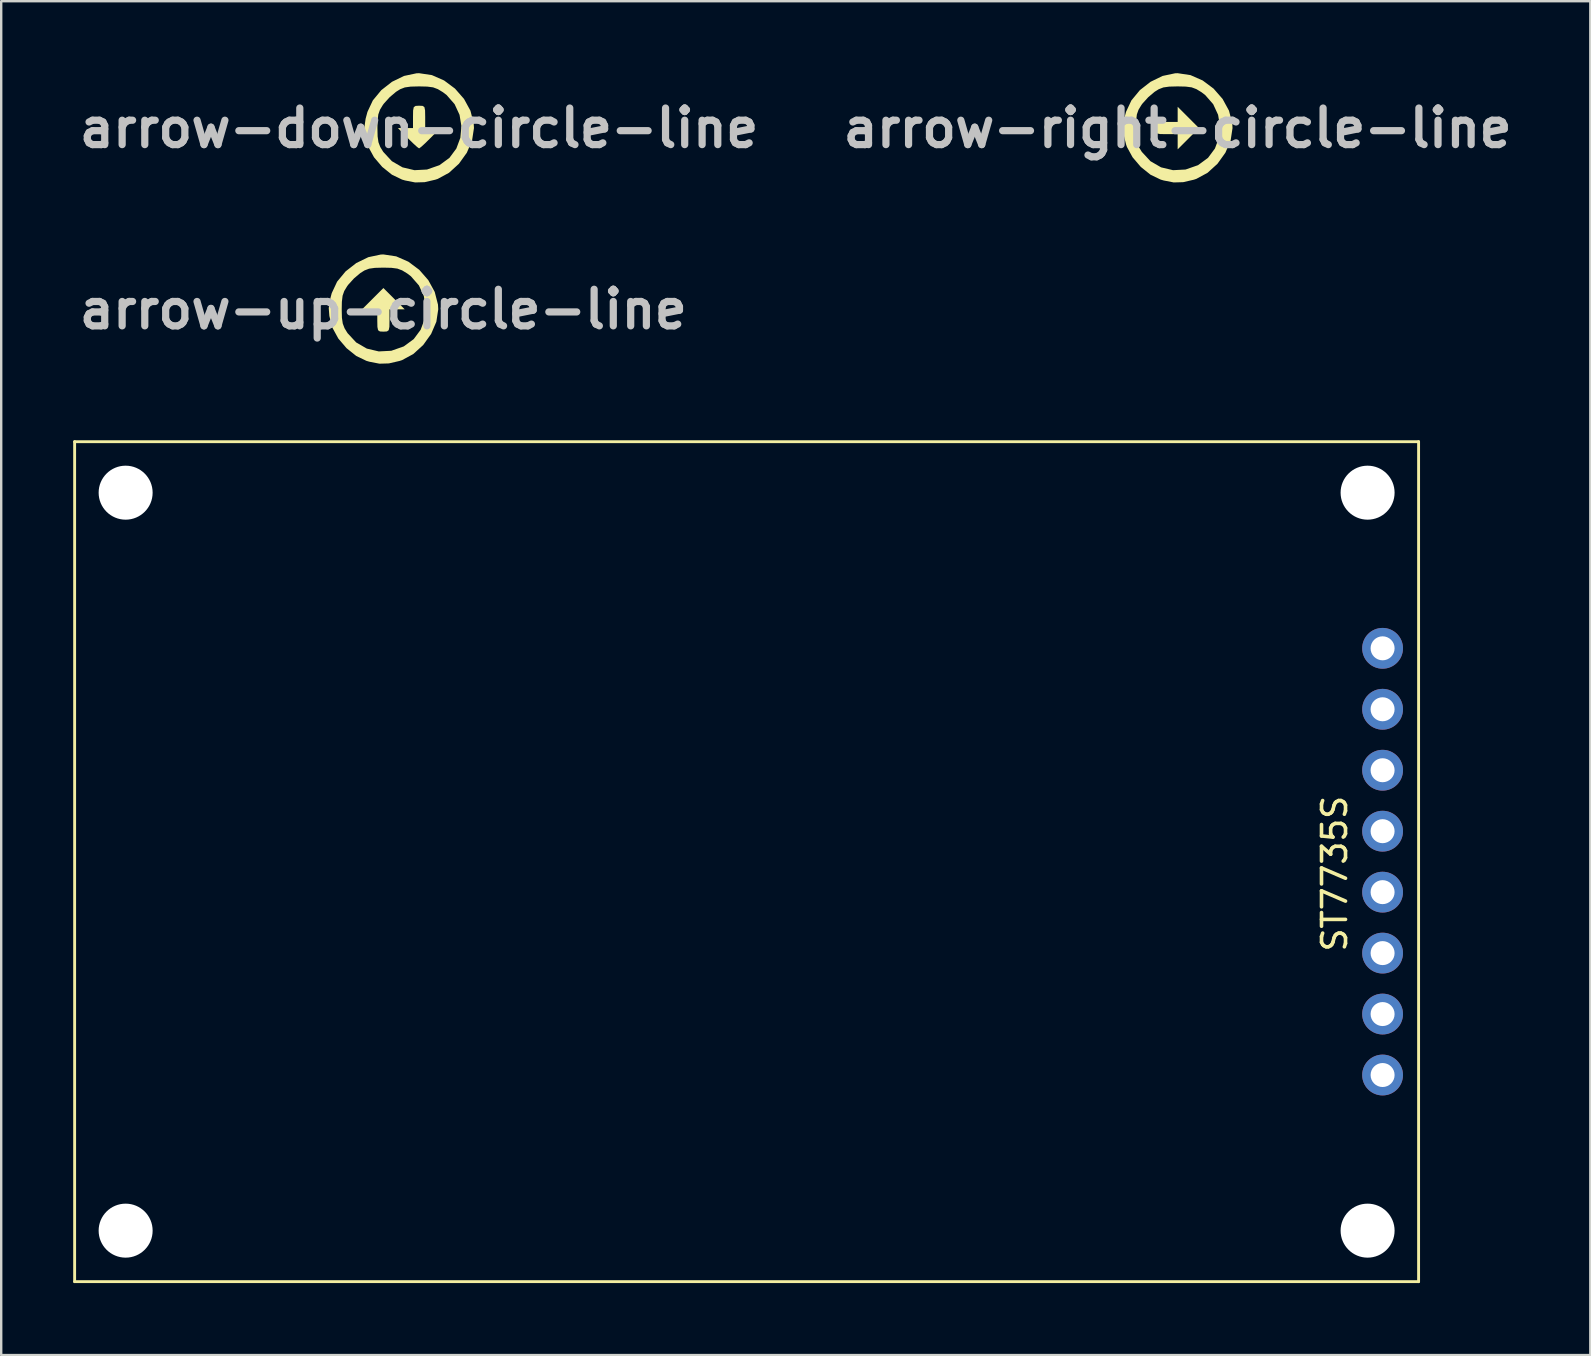
<source format=kicad_pcb>
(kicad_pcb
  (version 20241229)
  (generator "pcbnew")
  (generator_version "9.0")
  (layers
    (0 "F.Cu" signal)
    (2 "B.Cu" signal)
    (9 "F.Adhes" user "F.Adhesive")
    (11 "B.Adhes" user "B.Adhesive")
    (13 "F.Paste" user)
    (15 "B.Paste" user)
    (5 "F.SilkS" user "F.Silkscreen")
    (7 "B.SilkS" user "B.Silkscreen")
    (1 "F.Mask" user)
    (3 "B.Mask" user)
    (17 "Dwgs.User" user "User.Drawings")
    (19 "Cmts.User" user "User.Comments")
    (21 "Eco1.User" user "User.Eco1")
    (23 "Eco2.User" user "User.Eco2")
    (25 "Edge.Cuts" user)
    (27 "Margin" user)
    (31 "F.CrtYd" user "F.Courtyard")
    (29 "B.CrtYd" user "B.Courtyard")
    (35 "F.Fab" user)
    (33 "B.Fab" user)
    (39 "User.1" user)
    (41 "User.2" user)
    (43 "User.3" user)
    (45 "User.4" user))
  (footprint "arrow-right-circle-line"
    (layer "F.Cu")
    (at 46.021 2.286)
    (property "Reference" "arrow-right-circle-line" (at 0 0 0) (layer "Dwgs.User") (effects (font (size 1.524 1.524) (thickness 0.3))))
    (attr board_only exclude_from_pos_files exclude_from_bom)
    (fp_poly (pts (xy 0.887 0) (xy 0 0.887) (xy 0 0.254) (xy -0.466 0.254) (xy -0.732 0.25) (xy -0.87 0.222) (xy -0.923 0.147) (xy -0.931 0.004) (xy -0.931 0) (xy -0.924 -0.145) (xy -0.872 -0.221) (xy -0.736 -0.249) (xy -0.473 -0.254) (xy 0 -0.254) (xy 0 -0.887)) (stroke (width 0) (type solid)) (fill yes) (layer "F.SilkS"))
    (fp_poly (pts (xy 0.534 -2.206) (xy 1.042 -1.983) (xy 1.496 -1.644) (xy 1.871 -1.215) (xy 2.139 -0.724) (xy 2.275 -0.196) (xy 2.286 0) (xy 2.207 0.519) (xy 1.989 1.027) (xy 1.659 1.488) (xy 1.246 1.864) (xy 0.777 2.118) (xy 0.674 2.152) (xy 0.228 2.255) (xy -0.163 2.266) (xy -0.583 2.184) (xy -0.71 2.147) (xy -1.131 1.944) (xy -1.536 1.619) (xy -1.878 1.218) (xy -2.114 0.787) (xy -2.152 0.674) (xy -2.251 0.278) (xy -2.273 0) (xy -1.736 0) (xy -1.728 0.35) (xy -1.693 0.593) (xy -1.618 0.79) (xy -1.494 0.992) (xy -1.135 1.38) (xy -0.691 1.637) (xy -0.193 1.755) (xy 0.329 1.728) (xy 0.844 1.548) (xy 0.855 1.542) (xy 1.264 1.242) (xy 1.553 0.852) (xy 1.72 0.403) (xy 1.764 -0.075) (xy 1.685 -0.551) (xy 1.48 -0.995) (xy 1.148 -1.375) (xy 0.992 -1.494) (xy 0.781 -1.622) (xy 0.583 -1.696) (xy 0.337 -1.728) (xy 0 -1.736) (xy -0.352 -1.727) (xy -0.595 -1.693) (xy -0.789 -1.618) (xy -0.96 -1.511) (xy -1.224 -1.288) (xy -1.467 -1.02) (xy -1.511 -0.96) (xy -1.631 -0.762) (xy -1.7 -0.566) (xy -1.73 -0.311) (xy -1.736 0) (xy -2.273 0) (xy -2.277 -0.048) (xy -2.229 -0.387) (xy -2.152 -0.674) (xy -1.928 -1.152) (xy -1.575 -1.579) (xy -1.129 -1.928) (xy -0.627 -2.172) (xy -0.107 -2.282) (xy 0 -2.286)) (stroke (width 0) (type solid)) (fill yes) (layer "F.SilkS")))
  (footprint "arrow-up-circle-line"
    (layer "F.Cu")
    (at 12.925 9.838)
    (property "Reference" "arrow-up-circle-line" (at 0 0 0) (layer "Dwgs.User") (effects (font (size 1.524 1.524) (thickness 0.3))))
    (attr board_only exclude_from_pos_files exclude_from_bom)
    (fp_poly (pts (xy 0.887 0) (xy 0.254 0) (xy 0.254 0.466) (xy 0.25 0.732) (xy 0.222 0.87) (xy 0.147 0.923) (xy 0.004 0.931) (xy 0 0.931) (xy -0.145 0.924) (xy -0.221 0.872) (xy -0.249 0.736) (xy -0.254 0.473) (xy -0.254 0) (xy -0.887 0) (xy 0 -0.887)) (stroke (width 0) (type solid)) (fill yes) (layer "F.SilkS"))
    (fp_poly (pts (xy 0.534 -2.206) (xy 1.042 -1.983) (xy 1.496 -1.644) (xy 1.871 -1.215) (xy 2.139 -0.724) (xy 2.275 -0.196) (xy 2.286 0) (xy 2.207 0.519) (xy 1.989 1.027) (xy 1.659 1.488) (xy 1.246 1.864) (xy 0.777 2.118) (xy 0.674 2.152) (xy 0.228 2.255) (xy -0.163 2.266) (xy -0.583 2.184) (xy -0.71 2.147) (xy -1.131 1.944) (xy -1.536 1.619) (xy -1.878 1.218) (xy -2.114 0.787) (xy -2.152 0.674) (xy -2.251 0.278) (xy -2.273 0) (xy -1.736 0) (xy -1.728 0.35) (xy -1.693 0.593) (xy -1.618 0.79) (xy -1.494 0.992) (xy -1.135 1.38) (xy -0.691 1.637) (xy -0.193 1.755) (xy 0.329 1.728) (xy 0.844 1.548) (xy 0.855 1.542) (xy 1.264 1.242) (xy 1.553 0.852) (xy 1.72 0.403) (xy 1.764 -0.075) (xy 1.685 -0.551) (xy 1.48 -0.995) (xy 1.148 -1.375) (xy 0.992 -1.494) (xy 0.781 -1.622) (xy 0.583 -1.696) (xy 0.337 -1.728) (xy 0 -1.736) (xy -0.352 -1.727) (xy -0.595 -1.693) (xy -0.789 -1.618) (xy -0.96 -1.511) (xy -1.224 -1.288) (xy -1.467 -1.02) (xy -1.511 -0.96) (xy -1.631 -0.762) (xy -1.7 -0.566) (xy -1.73 -0.311) (xy -1.736 0) (xy -2.273 0) (xy -2.277 -0.048) (xy -2.229 -0.387) (xy -2.152 -0.674) (xy -1.928 -1.152) (xy -1.575 -1.579) (xy -1.129 -1.928) (xy -0.627 -2.172) (xy -0.107 -2.282) (xy 0 -2.286)) (stroke (width 0) (type solid)) (fill yes) (layer "F.SilkS")))
  (footprint "ST7735S"
    (layer "F.Cu")
    (at 56.06 15.354)
    (property "Reference" "ST7735S" (at -3.5 18 90) (layer "F.SilkS") (effects (font (size 1 1) (thickness 0.15))))
    (attr through_hole)
    (fp_line (start -56 0) (end -56 35) (stroke (width 0.12) (type solid)) (layer "F.SilkS"))
    (fp_line (start -56 0) (end 0 0) (stroke (width 0.12) (type default)) (layer "F.SilkS"))
    (fp_line (start -56 35) (end 0 35) (stroke (width 0.12) (type default)) (layer "F.SilkS"))
    (fp_line (start 0 35) (end 0 0) (stroke (width 0.12) (type solid)) (layer "F.SilkS"))
    (pad "" np_thru_hole circle (at -53.875 2.125) (size 2.25 2.25) (drill 2.25) (layers "*.Cu" "*.Mask"))
    (pad "" np_thru_hole circle (at -53.875 32.875) (size 2.25 2.25) (drill 2.25) (layers "*.Cu" "*.Mask"))
    (pad "" np_thru_hole circle (at -2.125 2.125) (size 2.25 2.25) (drill 2.25) (layers "*.Cu" "*.Mask"))
    (pad "" np_thru_hole circle (at -2.125 32.875) (size 2.25 2.25) (drill 2.25) (layers "*.Cu" "*.Mask"))
    (pad "1" thru_hole circle (at -1.5 8.61) (size 1.7 1.7) (drill 1) (layers "*.Cu" "*.Mask"))
    (pad "2" thru_hole circle (at -1.5 11.15) (size 1.7 1.7) (drill 1) (layers "*.Cu" "*.Mask"))
    (pad "3" thru_hole circle (at -1.5 13.69) (size 1.7 1.7) (drill 1) (layers "*.Cu" "*.Mask"))
    (pad "4" thru_hole circle (at -1.5 16.23) (size 1.7 1.7) (drill 1) (layers "*.Cu" "*.Mask"))
    (pad "5" thru_hole circle (at -1.5 18.77) (size 1.7 1.7) (drill 1) (layers "*.Cu" "*.Mask"))
    (pad "6" thru_hole circle (at -1.5 21.31) (size 1.7 1.7) (drill 1) (layers "*.Cu" "*.Mask"))
    (pad "7" thru_hole circle (at -1.5 23.85) (size 1.7 1.7) (drill 1) (layers "*.Cu" "*.Mask"))
    (pad "8" thru_hole circle (at -1.5 26.39) (size 1.7 1.7) (drill 1) (layers "*.Cu" "*.Mask")))
  (footprint "arrow-down-circle-line"
    (layer "F.Cu")
    (at 14.413 2.286)
    (property "Reference" "arrow-down-circle-line" (at 0 0 0) (layer "Dwgs.User") (effects (font (size 1.524 1.524) (thickness 0.3))))
    (attr board_only exclude_from_pos_files exclude_from_bom)
    (fp_poly (pts (xy 0.145 -0.924) (xy 0.221 -0.872) (xy 0.249 -0.736) (xy 0.254 -0.473) (xy 0.254 0) (xy 0.883 0) (xy 0.466 0.423) (xy 0.253 0.633) (xy 0.087 0.784) (xy 0.002 0.846) (xy 0 0.847) (xy -0.079 0.791) (xy -0.241 0.644) (xy -0.453 0.437) (xy -0.466 0.423) (xy -0.883 0) (xy -0.254 0) (xy -0.254 -0.466) (xy -0.25 -0.732) (xy -0.222 -0.87) (xy -0.147 -0.923) (xy -0.004 -0.931) (xy 0 -0.931)) (stroke (width 0) (type solid)) (fill yes) (layer "F.SilkS"))
    (fp_poly (pts (xy 0.534 -2.206) (xy 1.042 -1.983) (xy 1.496 -1.644) (xy 1.871 -1.215) (xy 2.139 -0.724) (xy 2.275 -0.196) (xy 2.286 0) (xy 2.207 0.519) (xy 1.989 1.027) (xy 1.659 1.488) (xy 1.246 1.864) (xy 0.777 2.118) (xy 0.674 2.152) (xy 0.228 2.255) (xy -0.163 2.266) (xy -0.583 2.184) (xy -0.71 2.147) (xy -1.131 1.944) (xy -1.536 1.619) (xy -1.878 1.218) (xy -2.114 0.787) (xy -2.152 0.674) (xy -2.251 0.278) (xy -2.273 0) (xy -1.736 0) (xy -1.728 0.35) (xy -1.693 0.593) (xy -1.618 0.79) (xy -1.494 0.992) (xy -1.135 1.38) (xy -0.691 1.637) (xy -0.193 1.755) (xy 0.329 1.728) (xy 0.844 1.548) (xy 0.855 1.542) (xy 1.264 1.242) (xy 1.553 0.852) (xy 1.72 0.403) (xy 1.764 -0.075) (xy 1.685 -0.551) (xy 1.48 -0.995) (xy 1.148 -1.375) (xy 0.992 -1.494) (xy 0.781 -1.622) (xy 0.583 -1.696) (xy 0.337 -1.728) (xy 0 -1.736) (xy -0.352 -1.727) (xy -0.595 -1.693) (xy -0.789 -1.618) (xy -0.96 -1.511) (xy -1.224 -1.288) (xy -1.467 -1.02) (xy -1.511 -0.96) (xy -1.631 -0.762) (xy -1.7 -0.566) (xy -1.73 -0.311) (xy -1.736 0) (xy -2.273 0) (xy -2.277 -0.048) (xy -2.229 -0.387) (xy -2.152 -0.674) (xy -1.928 -1.152) (xy -1.575 -1.579) (xy -1.129 -1.928) (xy -0.627 -2.172) (xy -0.107 -2.282) (xy 0 -2.286)) (stroke (width 0) (type solid)) (fill yes) (layer "F.SilkS")))
  (gr_rect
    (start -3 -3)
    (end 63.216 53.414)
    (stroke (width 0.1) (type default))
    (fill no)
    (layer "Edge.Cuts")))
</source>
